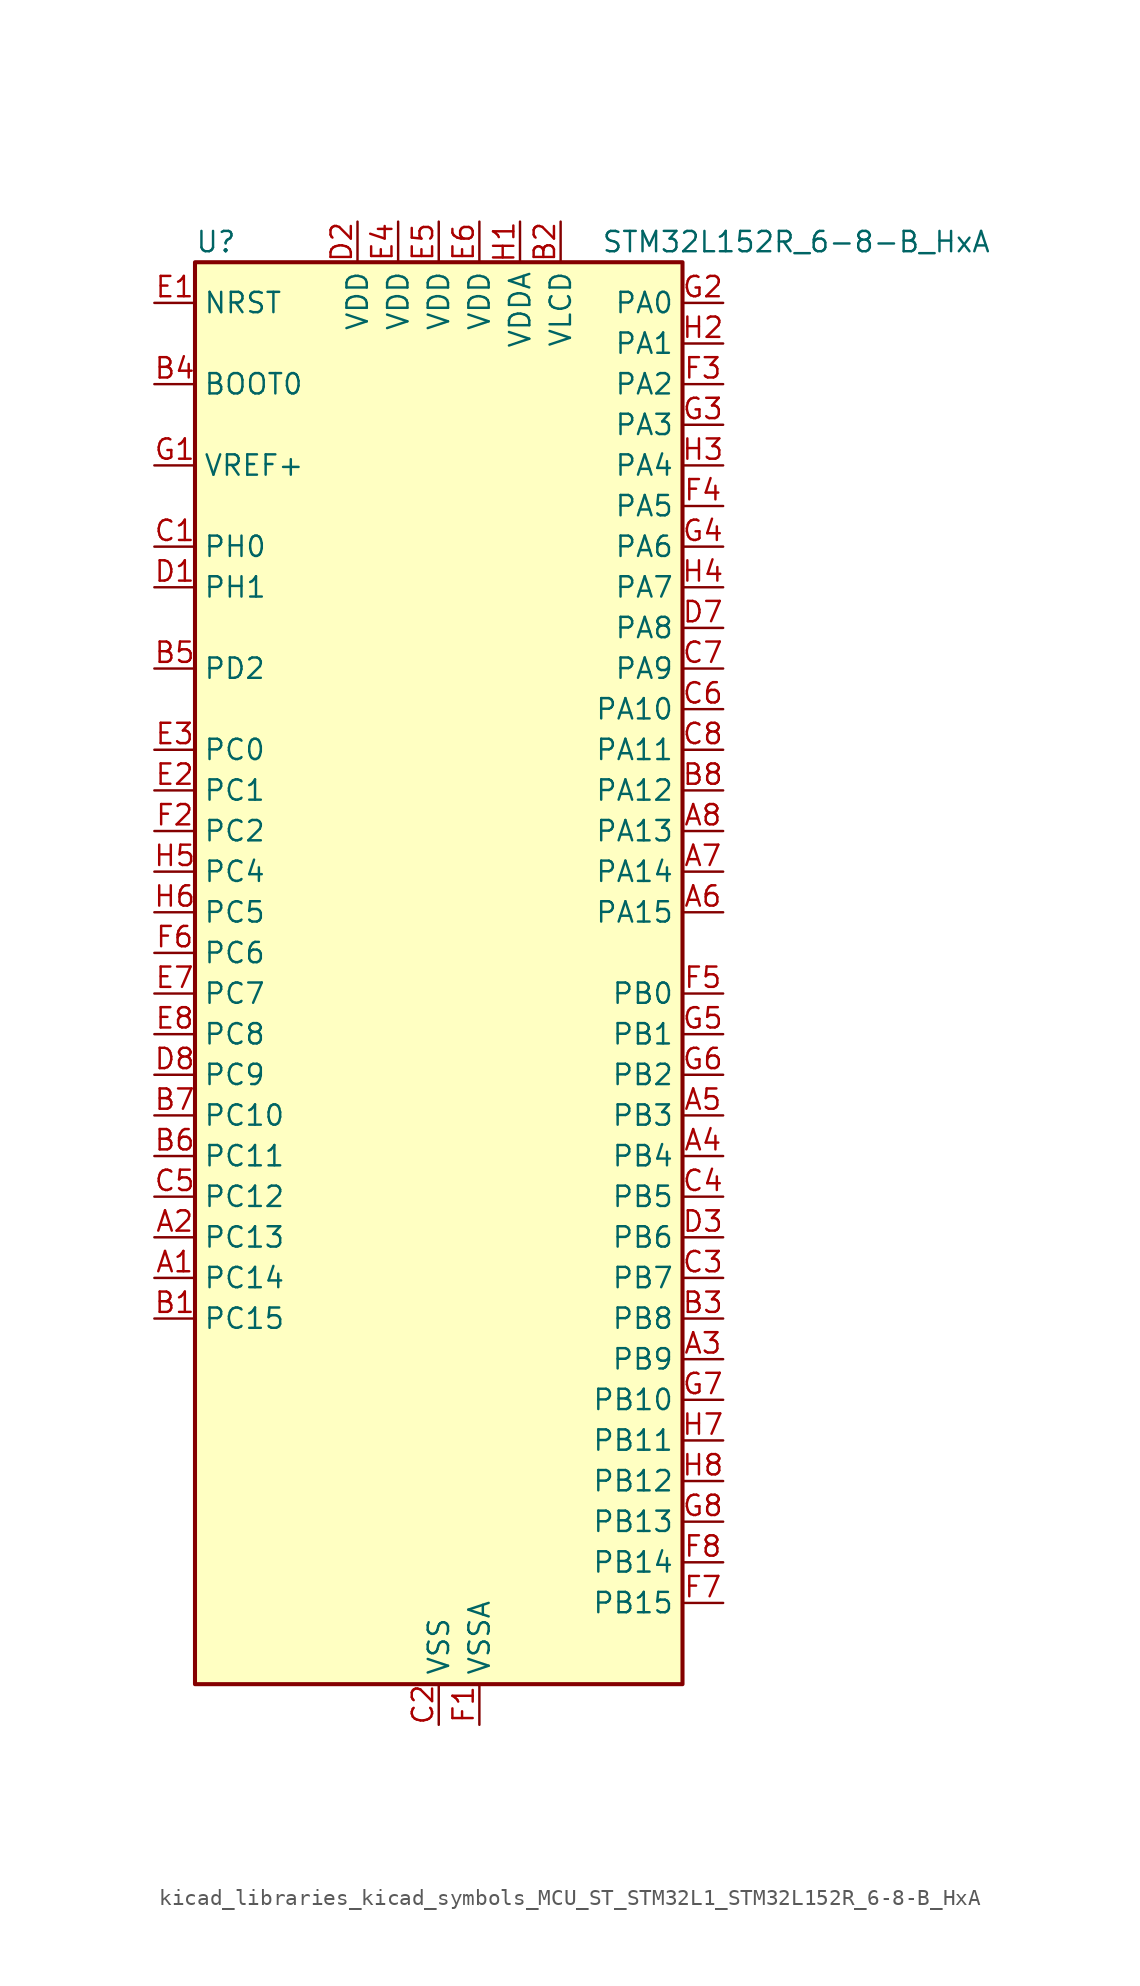
<source format=kicad_sym>
(kicad_symbol_lib
  (version 20220914)
  (generator kicad_symbol_editor)
  (symbol "kicad_libraries_kicad_symbols_MCU_ST_STM32L1_STM32L152R_6-8-B_HxA"
    (property "Reference" "U"
      (at -15.24 46.99 0)
      (effects (font (size 1.27 1.27)) (justify left)))
    (property "Value" "STM32L152R_6-8-B_HxA"
      (at 10.16 46.99 0)
      (effects (font (size 1.27 1.27)) (justify left)))
    (property "ki_locked" ""
      (at 0 0 0)
      (effects (font (size 1.27 1.27))))
    (symbol "kicad_libraries_kicad_symbols_MCU_ST_STM32L1_STM32L152R_6-8-B_HxA_0_1"
      (rectangle (start -15.24 -43.18) (end 15.24 45.72) (stroke (width 0.254) (type default)) (fill (type background))))
    (symbol "kicad_libraries_kicad_symbols_MCU_ST_STM32L1_STM32L152R_6-8-B_HxA_1_1"
      (pin bidirectional line (at -17.78 -17.78 0) (length 2.54) (name "PC14" (effects (font (size 1.27 1.27)))) (number "A1" (effects (font (size 1.27 1.27)))) (alternate "RCC_OSC32_IN" bidirectional line) (alternate "TIMX_IC3" bidirectional line))
      (pin bidirectional line (at -17.78 -15.24 0) (length 2.54) (name "PC13" (effects (font (size 1.27 1.27)))) (number "A2" (effects (font (size 1.27 1.27)))) (alternate "RTC_OUT_ALARM" bidirectional line) (alternate "RTC_OUT_CALIB" bidirectional line) (alternate "RTC_TAMP1" bidirectional line) (alternate "RTC_TS" bidirectional line) (alternate "SYS_WKUP2" bidirectional line) (alternate "TIMX_IC2" bidirectional line))
      (pin bidirectional line (at 17.78 -22.86 180) (length 2.54) (name "PB9" (effects (font (size 1.27 1.27)))) (number "A3" (effects (font (size 1.27 1.27)))) (alternate "DAC_EXTI9" bidirectional line) (alternate "I2C1_SDA" bidirectional line) (alternate "LCD_COM3" bidirectional line) (alternate "TIM11_CH1" bidirectional line) (alternate "TIM4_CH4" bidirectional line))
      (pin bidirectional line (at 17.78 -10.16 180) (length 2.54) (name "PB4" (effects (font (size 1.27 1.27)))) (number "A4" (effects (font (size 1.27 1.27)))) (alternate "COMP2_INP" bidirectional line) (alternate "LCD_SEG8" bidirectional line) (alternate "SPI1_MISO" bidirectional line) (alternate "SYS_JTRST" bidirectional line) (alternate "TIM3_CH1" bidirectional line) (alternate "TS_G6_IO1" bidirectional line))
      (pin bidirectional line (at 17.78 -7.62 180) (length 2.54) (name "PB3" (effects (font (size 1.27 1.27)))) (number "A5" (effects (font (size 1.27 1.27)))) (alternate "COMP2_INM" bidirectional line) (alternate "LCD_SEG7" bidirectional line) (alternate "SPI1_SCK" bidirectional line) (alternate "SYS_JTDO-TRACESWO" bidirectional line) (alternate "TIM2_CH2" bidirectional line))
      (pin bidirectional line (at 17.78 5.08 180) (length 2.54) (name "PA15" (effects (font (size 1.27 1.27)))) (number "A6" (effects (font (size 1.27 1.27)))) (alternate "ADC_EXTI15" bidirectional line) (alternate "LCD_SEG17" bidirectional line) (alternate "SPI1_NSS" bidirectional line) (alternate "SYS_JTDI" bidirectional line) (alternate "TIM2_CH1" bidirectional line) (alternate "TIM2_ETR" bidirectional line) (alternate "TIMX_IC4" bidirectional line) (alternate "TS_G5_IO3" bidirectional line))
      (pin bidirectional line (at 17.78 7.62 180) (length 2.54) (name "PA14" (effects (font (size 1.27 1.27)))) (number "A7" (effects (font (size 1.27 1.27)))) (alternate "SYS_JTCK-SWCLK" bidirectional line) (alternate "TIMX_IC3" bidirectional line) (alternate "TS_G5_IO2" bidirectional line))
      (pin bidirectional line (at 17.78 10.16 180) (length 2.54) (name "PA13" (effects (font (size 1.27 1.27)))) (number "A8" (effects (font (size 1.27 1.27)))) (alternate "SYS_JTMS-SWDIO" bidirectional line) (alternate "TIMX_IC2" bidirectional line) (alternate "TS_G5_IO1" bidirectional line))
      (pin bidirectional line (at -17.78 -20.32 0) (length 2.54) (name "PC15" (effects (font (size 1.27 1.27)))) (number "B1" (effects (font (size 1.27 1.27)))) (alternate "ADC_EXTI15" bidirectional line) (alternate "RCC_OSC32_OUT" bidirectional line) (alternate "TIMX_IC4" bidirectional line))
      (pin power_in line (at 7.62 48.26 270) (length 2.54) (name "VLCD" (effects (font (size 1.27 1.27)))) (number "B2" (effects (font (size 1.27 1.27)))))
      (pin bidirectional line (at 17.78 -20.32 180) (length 2.54) (name "PB8" (effects (font (size 1.27 1.27)))) (number "B3" (effects (font (size 1.27 1.27)))) (alternate "I2C1_SCL" bidirectional line) (alternate "LCD_SEG16" bidirectional line) (alternate "TIM10_CH1" bidirectional line) (alternate "TIM4_CH3" bidirectional line))
      (pin input line (at -17.78 38.1 0) (length 2.54) (name "BOOT0" (effects (font (size 1.27 1.27)))) (number "B4" (effects (font (size 1.27 1.27)))))
      (pin bidirectional line (at -17.78 20.32 0) (length 2.54) (name "PD2" (effects (font (size 1.27 1.27)))) (number "B5" (effects (font (size 1.27 1.27)))) (alternate "LCD_COM7" bidirectional line) (alternate "LCD_SEG31" bidirectional line) (alternate "LCD_SEG43" bidirectional line) (alternate "TIM3_ETR" bidirectional line) (alternate "TIMX_IC3" bidirectional line))
      (pin bidirectional line (at -17.78 -10.16 0) (length 2.54) (name "PC11" (effects (font (size 1.27 1.27)))) (number "B6" (effects (font (size 1.27 1.27)))) (alternate "ADC_EXTI11" bidirectional line) (alternate "LCD_COM5" bidirectional line) (alternate "LCD_SEG29" bidirectional line) (alternate "LCD_SEG41" bidirectional line) (alternate "TIMX_IC4" bidirectional line) (alternate "USART3_RX" bidirectional line))
      (pin bidirectional line (at -17.78 -7.62 0) (length 2.54) (name "PC10" (effects (font (size 1.27 1.27)))) (number "B7" (effects (font (size 1.27 1.27)))) (alternate "LCD_COM4" bidirectional line) (alternate "LCD_SEG28" bidirectional line) (alternate "LCD_SEG40" bidirectional line) (alternate "TIMX_IC3" bidirectional line) (alternate "USART3_TX" bidirectional line))
      (pin bidirectional line (at 17.78 12.7 180) (length 2.54) (name "PA12" (effects (font (size 1.27 1.27)))) (number "B8" (effects (font (size 1.27 1.27)))) (alternate "SPI1_MOSI" bidirectional line) (alternate "TIMX_IC1" bidirectional line) (alternate "USART1_RTS" bidirectional line) (alternate "USB_DP" bidirectional line))
      (pin bidirectional line (at -17.78 27.94 0) (length 2.54) (name "PH0" (effects (font (size 1.27 1.27)))) (number "C1" (effects (font (size 1.27 1.27)))) (alternate "RCC_OSC_IN" bidirectional line))
      (pin power_in line (at 0 -45.72 90) (length 2.54) (name "VSS" (effects (font (size 1.27 1.27)))) (number "C2" (effects (font (size 1.27 1.27)))))
      (pin bidirectional line (at 17.78 -17.78 180) (length 2.54) (name "PB7" (effects (font (size 1.27 1.27)))) (number "C3" (effects (font (size 1.27 1.27)))) (alternate "I2C1_SDA" bidirectional line) (alternate "SYS_PVD_IN" bidirectional line) (alternate "TIM4_CH2" bidirectional line) (alternate "TS_G6_IO4" bidirectional line) (alternate "USART1_RX" bidirectional line))
      (pin bidirectional line (at 17.78 -12.7 180) (length 2.54) (name "PB5" (effects (font (size 1.27 1.27)))) (number "C4" (effects (font (size 1.27 1.27)))) (alternate "COMP2_INP" bidirectional line) (alternate "I2C1_SMBA" bidirectional line) (alternate "LCD_SEG9" bidirectional line) (alternate "SPI1_MOSI" bidirectional line) (alternate "TIM3_CH2" bidirectional line) (alternate "TS_G6_IO2" bidirectional line))
      (pin bidirectional line (at -17.78 -12.7 0) (length 2.54) (name "PC12" (effects (font (size 1.27 1.27)))) (number "C5" (effects (font (size 1.27 1.27)))) (alternate "LCD_COM6" bidirectional line) (alternate "LCD_SEG30" bidirectional line) (alternate "LCD_SEG42" bidirectional line) (alternate "TIMX_IC1" bidirectional line) (alternate "USART3_CK" bidirectional line))
      (pin bidirectional line (at 17.78 17.78 180) (length 2.54) (name "PA10" (effects (font (size 1.27 1.27)))) (number "C6" (effects (font (size 1.27 1.27)))) (alternate "LCD_COM2" bidirectional line) (alternate "TIMX_IC3" bidirectional line) (alternate "TS_G4_IO3" bidirectional line) (alternate "USART1_RX" bidirectional line))
      (pin bidirectional line (at 17.78 20.32 180) (length 2.54) (name "PA9" (effects (font (size 1.27 1.27)))) (number "C7" (effects (font (size 1.27 1.27)))) (alternate "DAC_EXTI9" bidirectional line) (alternate "LCD_COM1" bidirectional line) (alternate "TIMX_IC2" bidirectional line) (alternate "TS_G4_IO2" bidirectional line) (alternate "USART1_TX" bidirectional line))
      (pin bidirectional line (at 17.78 15.24 180) (length 2.54) (name "PA11" (effects (font (size 1.27 1.27)))) (number "C8" (effects (font (size 1.27 1.27)))) (alternate "ADC_EXTI11" bidirectional line) (alternate "SPI1_MISO" bidirectional line) (alternate "TIMX_IC4" bidirectional line) (alternate "USART1_CTS" bidirectional line) (alternate "USB_DM" bidirectional line))
      (pin bidirectional line (at -17.78 25.4 0) (length 2.54) (name "PH1" (effects (font (size 1.27 1.27)))) (number "D1" (effects (font (size 1.27 1.27)))) (alternate "RCC_OSC_OUT" bidirectional line))
      (pin power_in line (at -5.08 48.26 270) (length 2.54) (name "VDD" (effects (font (size 1.27 1.27)))) (number "D2" (effects (font (size 1.27 1.27)))))
      (pin bidirectional line (at 17.78 -15.24 180) (length 2.54) (name "PB6" (effects (font (size 1.27 1.27)))) (number "D3" (effects (font (size 1.27 1.27)))) (alternate "I2C1_SCL" bidirectional line) (alternate "TIM4_CH1" bidirectional line) (alternate "TS_G6_IO3" bidirectional line) (alternate "USART1_TX" bidirectional line))
      (pin passive line (at 0 -45.72 90) (length 2.54) hide (name "VSS" (effects (font (size 1.27 1.27)))) (number "D4" (effects (font (size 1.27 1.27)))))
      (pin passive line (at 0 -45.72 90) (length 2.54) hide (name "VSS" (effects (font (size 1.27 1.27)))) (number "D5" (effects (font (size 1.27 1.27)))))
      (pin passive line (at 0 -45.72 90) (length 2.54) hide (name "VSS" (effects (font (size 1.27 1.27)))) (number "D6" (effects (font (size 1.27 1.27)))))
      (pin bidirectional line (at 17.78 22.86 180) (length 2.54) (name "PA8" (effects (font (size 1.27 1.27)))) (number "D7" (effects (font (size 1.27 1.27)))) (alternate "LCD_COM0" bidirectional line) (alternate "RCC_MCO" bidirectional line) (alternate "TIMX_IC1" bidirectional line) (alternate "TS_G4_IO1" bidirectional line) (alternate "USART1_CK" bidirectional line))
      (pin bidirectional line (at -17.78 -5.08 0) (length 2.54) (name "PC9" (effects (font (size 1.27 1.27)))) (number "D8" (effects (font (size 1.27 1.27)))) (alternate "DAC_EXTI9" bidirectional line) (alternate "LCD_SEG27" bidirectional line) (alternate "TIM3_CH4" bidirectional line) (alternate "TIMX_IC2" bidirectional line) (alternate "TS_G10_IO4" bidirectional line))
      (pin input line (at -17.78 43.18 0) (length 2.54) (name "NRST" (effects (font (size 1.27 1.27)))) (number "E1" (effects (font (size 1.27 1.27)))))
      (pin bidirectional line (at -17.78 12.7 0) (length 2.54) (name "PC1" (effects (font (size 1.27 1.27)))) (number "E2" (effects (font (size 1.27 1.27)))) (alternate "ADC_IN11" bidirectional line) (alternate "COMP1_INP" bidirectional line) (alternate "LCD_SEG19" bidirectional line) (alternate "TIMX_IC2" bidirectional line) (alternate "TS_G8_IO2" bidirectional line))
      (pin bidirectional line (at -17.78 15.24 0) (length 2.54) (name "PC0" (effects (font (size 1.27 1.27)))) (number "E3" (effects (font (size 1.27 1.27)))) (alternate "ADC_IN10" bidirectional line) (alternate "COMP1_INP" bidirectional line) (alternate "LCD_SEG18" bidirectional line) (alternate "TIMX_IC1" bidirectional line) (alternate "TS_G8_IO1" bidirectional line))
      (pin power_in line (at -2.54 48.26 270) (length 2.54) (name "VDD" (effects (font (size 1.27 1.27)))) (number "E4" (effects (font (size 1.27 1.27)))))
      (pin power_in line (at 0 48.26 270) (length 2.54) (name "VDD" (effects (font (size 1.27 1.27)))) (number "E5" (effects (font (size 1.27 1.27)))))
      (pin power_in line (at 2.54 48.26 270) (length 2.54) (name "VDD" (effects (font (size 1.27 1.27)))) (number "E6" (effects (font (size 1.27 1.27)))))
      (pin bidirectional line (at -17.78 0 0) (length 2.54) (name "PC7" (effects (font (size 1.27 1.27)))) (number "E7" (effects (font (size 1.27 1.27)))) (alternate "LCD_SEG25" bidirectional line) (alternate "TIM3_CH2" bidirectional line) (alternate "TIMX_IC4" bidirectional line) (alternate "TS_G10_IO2" bidirectional line))
      (pin bidirectional line (at -17.78 -2.54 0) (length 2.54) (name "PC8" (effects (font (size 1.27 1.27)))) (number "E8" (effects (font (size 1.27 1.27)))) (alternate "LCD_SEG26" bidirectional line) (alternate "TIM3_CH3" bidirectional line) (alternate "TIMX_IC1" bidirectional line) (alternate "TS_G10_IO3" bidirectional line))
      (pin power_in line (at 2.54 -45.72 90) (length 2.54) (name "VSSA" (effects (font (size 1.27 1.27)))) (number "F1" (effects (font (size 1.27 1.27)))))
      (pin bidirectional line (at -17.78 10.16 0) (length 2.54) (name "PC2" (effects (font (size 1.27 1.27)))) (number "F2" (effects (font (size 1.27 1.27)))) (alternate "ADC_IN12" bidirectional line) (alternate "COMP1_INP" bidirectional line) (alternate "LCD_SEG20" bidirectional line) (alternate "TIMX_IC3" bidirectional line) (alternate "TS_G8_IO3" bidirectional line))
      (pin bidirectional line (at 17.78 38.1 180) (length 2.54) (name "PA2" (effects (font (size 1.27 1.27)))) (number "F3" (effects (font (size 1.27 1.27)))) (alternate "ADC_IN2" bidirectional line) (alternate "COMP1_INP" bidirectional line) (alternate "LCD_SEG1" bidirectional line) (alternate "TIM2_CH3" bidirectional line) (alternate "TIM9_CH1" bidirectional line) (alternate "TIMX_IC3" bidirectional line) (alternate "TS_G1_IO3" bidirectional line) (alternate "USART2_TX" bidirectional line))
      (pin bidirectional line (at 17.78 30.48 180) (length 2.54) (name "PA5" (effects (font (size 1.27 1.27)))) (number "F4" (effects (font (size 1.27 1.27)))) (alternate "ADC_IN5" bidirectional line) (alternate "COMP1_INP" bidirectional line) (alternate "DAC_OUT2" bidirectional line) (alternate "SPI1_SCK" bidirectional line) (alternate "TIM2_CH1" bidirectional line) (alternate "TIM2_ETR" bidirectional line) (alternate "TIMX_IC2" bidirectional line))
      (pin bidirectional line (at 17.78 0 180) (length 2.54) (name "PB0" (effects (font (size 1.27 1.27)))) (number "F5" (effects (font (size 1.27 1.27)))) (alternate "ADC_IN8" bidirectional line) (alternate "COMP1_INP" bidirectional line) (alternate "LCD_SEG5" bidirectional line) (alternate "SYS_V_REF_OUT" bidirectional line) (alternate "TIM3_CH3" bidirectional line) (alternate "TS_G3_IO1" bidirectional line))
      (pin bidirectional line (at -17.78 2.54 0) (length 2.54) (name "PC6" (effects (font (size 1.27 1.27)))) (number "F6" (effects (font (size 1.27 1.27)))) (alternate "LCD_SEG24" bidirectional line) (alternate "TIM3_CH1" bidirectional line) (alternate "TIMX_IC3" bidirectional line) (alternate "TS_G10_IO1" bidirectional line))
      (pin bidirectional line (at 17.78 -38.1 180) (length 2.54) (name "PB15" (effects (font (size 1.27 1.27)))) (number "F7" (effects (font (size 1.27 1.27)))) (alternate "ADC_EXTI15" bidirectional line) (alternate "ADC_IN21" bidirectional line) (alternate "COMP1_INP" bidirectional line) (alternate "LCD_SEG15" bidirectional line) (alternate "RTC_REFIN" bidirectional line) (alternate "SPI2_MOSI" bidirectional line) (alternate "TIM11_CH1" bidirectional line) (alternate "TS_G7_IO4" bidirectional line))
      (pin bidirectional line (at 17.78 -35.56 180) (length 2.54) (name "PB14" (effects (font (size 1.27 1.27)))) (number "F8" (effects (font (size 1.27 1.27)))) (alternate "ADC_IN20" bidirectional line) (alternate "COMP1_INP" bidirectional line) (alternate "LCD_SEG14" bidirectional line) (alternate "SPI2_MISO" bidirectional line) (alternate "TIM9_CH2" bidirectional line) (alternate "TS_G7_IO3" bidirectional line) (alternate "USART3_RTS" bidirectional line))
      (pin input line (at -17.78 33.02 0) (length 2.54) (name "VREF+" (effects (font (size 1.27 1.27)))) (number "G1" (effects (font (size 1.27 1.27)))))
      (pin bidirectional line (at 17.78 43.18 180) (length 2.54) (name "PA0" (effects (font (size 1.27 1.27)))) (number "G2" (effects (font (size 1.27 1.27)))) (alternate "ADC_IN0" bidirectional line) (alternate "COMP1_INP" bidirectional line) (alternate "RTC_TAMP2" bidirectional line) (alternate "SYS_WKUP1" bidirectional line) (alternate "TIM2_CH1" bidirectional line) (alternate "TIM2_ETR" bidirectional line) (alternate "TIMX_IC1" bidirectional line) (alternate "TS_G1_IO1" bidirectional line) (alternate "USART2_CTS" bidirectional line))
      (pin bidirectional line (at 17.78 35.56 180) (length 2.54) (name "PA3" (effects (font (size 1.27 1.27)))) (number "G3" (effects (font (size 1.27 1.27)))) (alternate "ADC_IN3" bidirectional line) (alternate "COMP1_INP" bidirectional line) (alternate "LCD_SEG2" bidirectional line) (alternate "TIM2_CH4" bidirectional line) (alternate "TIM9_CH2" bidirectional line) (alternate "TIMX_IC4" bidirectional line) (alternate "TS_G1_IO4" bidirectional line) (alternate "USART2_RX" bidirectional line))
      (pin bidirectional line (at 17.78 27.94 180) (length 2.54) (name "PA6" (effects (font (size 1.27 1.27)))) (number "G4" (effects (font (size 1.27 1.27)))) (alternate "ADC_IN6" bidirectional line) (alternate "COMP1_INP" bidirectional line) (alternate "LCD_SEG3" bidirectional line) (alternate "SPI1_MISO" bidirectional line) (alternate "TIM10_CH1" bidirectional line) (alternate "TIM3_CH1" bidirectional line) (alternate "TIMX_IC3" bidirectional line) (alternate "TS_G2_IO1" bidirectional line))
      (pin bidirectional line (at 17.78 -2.54 180) (length 2.54) (name "PB1" (effects (font (size 1.27 1.27)))) (number "G5" (effects (font (size 1.27 1.27)))) (alternate "ADC_IN9" bidirectional line) (alternate "COMP1_INP" bidirectional line) (alternate "LCD_SEG6" bidirectional line) (alternate "SYS_V_REF_OUT" bidirectional line) (alternate "TIM3_CH4" bidirectional line) (alternate "TS_G3_IO2" bidirectional line))
      (pin bidirectional line (at 17.78 -5.08 180) (length 2.54) (name "PB2" (effects (font (size 1.27 1.27)))) (number "G6" (effects (font (size 1.27 1.27)))) (alternate "TS_G3_IO3" bidirectional line))
      (pin bidirectional line (at 17.78 -25.4 180) (length 2.54) (name "PB10" (effects (font (size 1.27 1.27)))) (number "G7" (effects (font (size 1.27 1.27)))) (alternate "I2C2_SCL" bidirectional line) (alternate "LCD_SEG10" bidirectional line) (alternate "TIM2_CH3" bidirectional line) (alternate "USART3_TX" bidirectional line))
      (pin bidirectional line (at 17.78 -33.02 180) (length 2.54) (name "PB13" (effects (font (size 1.27 1.27)))) (number "G8" (effects (font (size 1.27 1.27)))) (alternate "ADC_IN19" bidirectional line) (alternate "COMP1_INP" bidirectional line) (alternate "LCD_SEG13" bidirectional line) (alternate "SPI2_SCK" bidirectional line) (alternate "TIM9_CH1" bidirectional line) (alternate "TS_G7_IO2" bidirectional line) (alternate "USART3_CTS" bidirectional line))
      (pin power_in line (at 5.08 48.26 270) (length 2.54) (name "VDDA" (effects (font (size 1.27 1.27)))) (number "H1" (effects (font (size 1.27 1.27)))))
      (pin bidirectional line (at 17.78 40.64 180) (length 2.54) (name "PA1" (effects (font (size 1.27 1.27)))) (number "H2" (effects (font (size 1.27 1.27)))) (alternate "ADC_IN1" bidirectional line) (alternate "COMP1_INP" bidirectional line) (alternate "LCD_SEG0" bidirectional line) (alternate "TIM2_CH2" bidirectional line) (alternate "TIMX_IC2" bidirectional line) (alternate "TS_G1_IO2" bidirectional line) (alternate "USART2_RTS" bidirectional line))
      (pin bidirectional line (at 17.78 33.02 180) (length 2.54) (name "PA4" (effects (font (size 1.27 1.27)))) (number "H3" (effects (font (size 1.27 1.27)))) (alternate "ADC_IN4" bidirectional line) (alternate "COMP1_INP" bidirectional line) (alternate "DAC_OUT1" bidirectional line) (alternate "SPI1_NSS" bidirectional line) (alternate "TIMX_IC1" bidirectional line) (alternate "USART2_CK" bidirectional line))
      (pin bidirectional line (at 17.78 25.4 180) (length 2.54) (name "PA7" (effects (font (size 1.27 1.27)))) (number "H4" (effects (font (size 1.27 1.27)))) (alternate "ADC_IN7" bidirectional line) (alternate "COMP1_INP" bidirectional line) (alternate "LCD_SEG4" bidirectional line) (alternate "SPI1_MOSI" bidirectional line) (alternate "TIM11_CH1" bidirectional line) (alternate "TIM3_CH2" bidirectional line) (alternate "TIMX_IC4" bidirectional line) (alternate "TS_G2_IO2" bidirectional line))
      (pin bidirectional line (at -17.78 7.62 0) (length 2.54) (name "PC4" (effects (font (size 1.27 1.27)))) (number "H5" (effects (font (size 1.27 1.27)))) (alternate "ADC_IN14" bidirectional line) (alternate "COMP1_INP" bidirectional line) (alternate "LCD_SEG22" bidirectional line) (alternate "TIMX_IC1" bidirectional line) (alternate "TS_G9_IO1" bidirectional line))
      (pin bidirectional line (at -17.78 5.08 0) (length 2.54) (name "PC5" (effects (font (size 1.27 1.27)))) (number "H6" (effects (font (size 1.27 1.27)))) (alternate "ADC_IN15" bidirectional line) (alternate "COMP1_INP" bidirectional line) (alternate "LCD_SEG23" bidirectional line) (alternate "TIMX_IC2" bidirectional line) (alternate "TS_G9_IO2" bidirectional line))
      (pin bidirectional line (at 17.78 -27.94 180) (length 2.54) (name "PB11" (effects (font (size 1.27 1.27)))) (number "H7" (effects (font (size 1.27 1.27)))) (alternate "ADC_EXTI11" bidirectional line) (alternate "I2C2_SDA" bidirectional line) (alternate "LCD_SEG11" bidirectional line) (alternate "TIM2_CH4" bidirectional line) (alternate "USART3_RX" bidirectional line))
      (pin bidirectional line (at 17.78 -30.48 180) (length 2.54) (name "PB12" (effects (font (size 1.27 1.27)))) (number "H8" (effects (font (size 1.27 1.27)))) (alternate "ADC_IN18" bidirectional line) (alternate "COMP1_INP" bidirectional line) (alternate "I2C2_SMBA" bidirectional line) (alternate "LCD_SEG12" bidirectional line) (alternate "SPI2_NSS" bidirectional line) (alternate "TIM10_CH1" bidirectional line) (alternate "TS_G7_IO1" bidirectional line) (alternate "USART3_CK" bidirectional line)))))
</source>
